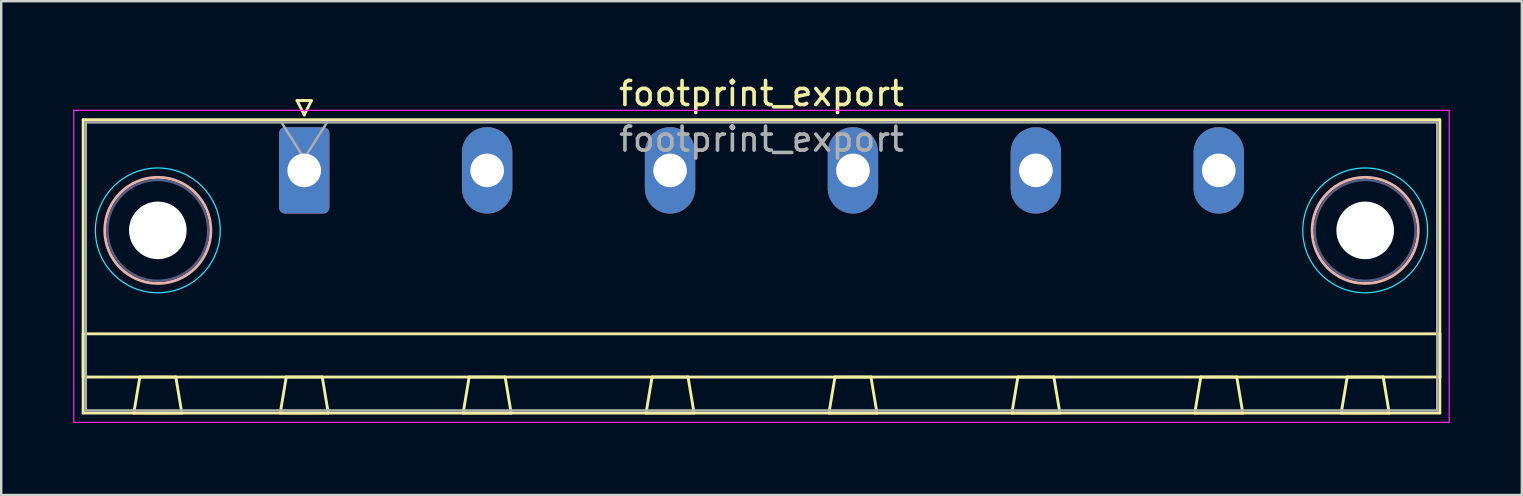
<source format=kicad_pcb>
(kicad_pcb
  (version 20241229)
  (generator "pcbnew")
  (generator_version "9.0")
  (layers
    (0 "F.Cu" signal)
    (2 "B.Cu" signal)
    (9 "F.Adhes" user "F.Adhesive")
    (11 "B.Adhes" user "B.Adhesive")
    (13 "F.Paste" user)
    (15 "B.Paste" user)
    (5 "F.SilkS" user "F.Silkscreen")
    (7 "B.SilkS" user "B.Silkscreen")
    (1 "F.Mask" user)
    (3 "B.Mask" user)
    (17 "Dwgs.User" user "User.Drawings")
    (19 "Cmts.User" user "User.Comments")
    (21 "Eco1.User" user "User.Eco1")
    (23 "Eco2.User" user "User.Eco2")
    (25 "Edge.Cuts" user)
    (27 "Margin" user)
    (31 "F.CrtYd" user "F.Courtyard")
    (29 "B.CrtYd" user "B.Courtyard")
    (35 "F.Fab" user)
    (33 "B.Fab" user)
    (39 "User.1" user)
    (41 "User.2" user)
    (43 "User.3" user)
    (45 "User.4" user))
  (footprint "footprint_export"
    (layer "F.Cu")
    (at 9.625 4.048)
    (property "Reference" "footprint_export" (at 19.05 -3.2 0) (layer "F.SilkS") (effects (font (size 1 1) (thickness 0.15))))
    (attr through_hole)
    (fp_line (start -9.21 -2.11) (end -9.21 10.11) (stroke (width 0.12) (type solid)) (layer "F.SilkS"))
    (fp_line (start -9.21 6.81) (end 47.31 6.81) (stroke (width 0.12) (type solid)) (layer "F.SilkS"))
    (fp_line (start -9.21 8.61) (end -9.21 6.81) (stroke (width 0.12) (type solid)) (layer "F.SilkS"))
    (fp_line (start -9.21 10.11) (end 47.31 10.11) (stroke (width 0.12) (type solid)) (layer "F.SilkS"))
    (fp_line (start -7.1 10.11) (end -5.1 10.11) (stroke (width 0.12) (type solid)) (layer "F.SilkS"))
    (fp_line (start -6.85 8.61) (end -7.1 10.11) (stroke (width 0.12) (type solid)) (layer "F.SilkS"))
    (fp_line (start -5.35 8.61) (end -6.85 8.61) (stroke (width 0.12) (type solid)) (layer "F.SilkS"))
    (fp_line (start -5.1 10.11) (end -5.35 8.61) (stroke (width 0.12) (type solid)) (layer "F.SilkS"))
    (fp_line (start -1 10.11) (end 1 10.11) (stroke (width 0.12) (type solid)) (layer "F.SilkS"))
    (fp_line (start -0.75 8.61) (end -1 10.11) (stroke (width 0.12) (type solid)) (layer "F.SilkS"))
    (fp_line (start -0.3 -2.91) (end 0.3 -2.91) (stroke (width 0.12) (type solid)) (layer "F.SilkS"))
    (fp_line (start 0 -2.31) (end -0.3 -2.91) (stroke (width 0.12) (type solid)) (layer "F.SilkS"))
    (fp_line (start 0.3 -2.91) (end 0 -2.31) (stroke (width 0.12) (type solid)) (layer "F.SilkS"))
    (fp_line (start 0.75 8.61) (end -0.75 8.61) (stroke (width 0.12) (type solid)) (layer "F.SilkS"))
    (fp_line (start 1 10.11) (end 0.75 8.61) (stroke (width 0.12) (type solid)) (layer "F.SilkS"))
    (fp_line (start 6.62 10.11) (end 8.62 10.11) (stroke (width 0.12) (type solid)) (layer "F.SilkS"))
    (fp_line (start 6.87 8.61) (end 6.62 10.11) (stroke (width 0.12) (type solid)) (layer "F.SilkS"))
    (fp_line (start 8.37 8.61) (end 6.87 8.61) (stroke (width 0.12) (type solid)) (layer "F.SilkS"))
    (fp_line (start 8.62 10.11) (end 8.37 8.61) (stroke (width 0.12) (type solid)) (layer "F.SilkS"))
    (fp_line (start 14.24 10.11) (end 16.24 10.11) (stroke (width 0.12) (type solid)) (layer "F.SilkS"))
    (fp_line (start 14.49 8.61) (end 14.24 10.11) (stroke (width 0.12) (type solid)) (layer "F.SilkS"))
    (fp_line (start 15.99 8.61) (end 14.49 8.61) (stroke (width 0.12) (type solid)) (layer "F.SilkS"))
    (fp_line (start 16.24 10.11) (end 15.99 8.61) (stroke (width 0.12) (type solid)) (layer "F.SilkS"))
    (fp_line (start 21.86 10.11) (end 23.86 10.11) (stroke (width 0.12) (type solid)) (layer "F.SilkS"))
    (fp_line (start 22.11 8.61) (end 21.86 10.11) (stroke (width 0.12) (type solid)) (layer "F.SilkS"))
    (fp_line (start 23.61 8.61) (end 22.11 8.61) (stroke (width 0.12) (type solid)) (layer "F.SilkS"))
    (fp_line (start 23.86 10.11) (end 23.61 8.61) (stroke (width 0.12) (type solid)) (layer "F.SilkS"))
    (fp_line (start 29.48 10.11) (end 31.48 10.11) (stroke (width 0.12) (type solid)) (layer "F.SilkS"))
    (fp_line (start 29.73 8.61) (end 29.48 10.11) (stroke (width 0.12) (type solid)) (layer "F.SilkS"))
    (fp_line (start 31.23 8.61) (end 29.73 8.61) (stroke (width 0.12) (type solid)) (layer "F.SilkS"))
    (fp_line (start 31.48 10.11) (end 31.23 8.61) (stroke (width 0.12) (type solid)) (layer "F.SilkS"))
    (fp_line (start 37.1 10.11) (end 39.1 10.11) (stroke (width 0.12) (type solid)) (layer "F.SilkS"))
    (fp_line (start 37.35 8.61) (end 37.1 10.11) (stroke (width 0.12) (type solid)) (layer "F.SilkS"))
    (fp_line (start 38.85 8.61) (end 37.35 8.61) (stroke (width 0.12) (type solid)) (layer "F.SilkS"))
    (fp_line (start 39.1 10.11) (end 38.85 8.61) (stroke (width 0.12) (type solid)) (layer "F.SilkS"))
    (fp_line (start 43.2 10.11) (end 45.2 10.11) (stroke (width 0.12) (type solid)) (layer "F.SilkS"))
    (fp_line (start 43.45 8.61) (end 43.2 10.11) (stroke (width 0.12) (type solid)) (layer "F.SilkS"))
    (fp_line (start 44.95 8.61) (end 43.45 8.61) (stroke (width 0.12) (type solid)) (layer "F.SilkS"))
    (fp_line (start 45.2 10.11) (end 44.95 8.61) (stroke (width 0.12) (type solid)) (layer "F.SilkS"))
    (fp_line (start 47.31 -2.11) (end -9.21 -2.11) (stroke (width 0.12) (type solid)) (layer "F.SilkS"))
    (fp_line (start 47.31 6.81) (end 47.31 8.61) (stroke (width 0.12) (type solid)) (layer "F.SilkS"))
    (fp_line (start 47.31 8.61) (end -9.21 8.61) (stroke (width 0.12) (type solid)) (layer "F.SilkS"))
    (fp_line (start 47.31 10.11) (end 47.31 -2.11) (stroke (width 0.12) (type solid)) (layer "F.SilkS"))
    (fp_circle (center -6.1 2.5) (end -3.89 2.5) (stroke (width 0.12) (type solid)) (fill no) (layer "B.SilkS"))
    (fp_circle (center 44.2 2.5) (end 46.41 2.5) (stroke (width 0.12) (type solid)) (fill no) (layer "B.SilkS"))
    (fp_circle (center -6.1 2.5) (end -3.5 2.5) (stroke (width 0.05) (type solid)) (fill no) (layer "B.CrtYd"))
    (fp_circle (center 44.2 2.5) (end 46.8 2.5) (stroke (width 0.05) (type solid)) (fill no) (layer "B.CrtYd"))
    (fp_line (start -9.6 -2.5) (end -9.6 10.5) (stroke (width 0.05) (type solid)) (layer "F.CrtYd"))
    (fp_line (start -9.6 10.5) (end 47.7 10.5) (stroke (width 0.05) (type solid)) (layer "F.CrtYd"))
    (fp_line (start 47.7 -2.5) (end -9.6 -2.5) (stroke (width 0.05) (type solid)) (layer "F.CrtYd"))
    (fp_line (start 47.7 10.5) (end 47.7 -2.5) (stroke (width 0.05) (type solid)) (layer "F.CrtYd"))
    (fp_circle (center -6.1 2.5) (end -4 2.5) (stroke (width 0.1) (type solid)) (fill no) (layer "B.Fab"))
    (fp_circle (center 44.2 2.5) (end 46.3 2.5) (stroke (width 0.1) (type solid)) (fill no) (layer "B.Fab"))
    (fp_line (start -9.1 -2) (end -9.1 10) (stroke (width 0.1) (type solid)) (layer "F.Fab"))
    (fp_line (start -9.1 10) (end 47.2 10) (stroke (width 0.1) (type solid)) (layer "F.Fab"))
    (fp_line (start 0 -0.5) (end -0.95 -2) (stroke (width 0.1) (type solid)) (layer "F.Fab"))
    (fp_line (start 0.95 -2) (end 0 -0.5) (stroke (width 0.1) (type solid)) (layer "F.Fab"))
    (fp_line (start 47.2 -2) (end -9.1 -2) (stroke (width 0.1) (type solid)) (layer "F.Fab"))
    (fp_line (start 47.2 10) (end 47.2 -2) (stroke (width 0.1) (type solid)) (layer "F.Fab"))
    (fp_text user "${REFERENCE}" (at 19.05 -1.3 0) (layer "F.Fab") (effects (font (size 1 1) (thickness 0.15))))
    (pad "" np_thru_hole circle (at -6.1 2.5) (size 2.4 2.4) (drill 2.4) (layers "*.Cu" "*.Mask"))
    (pad "" np_thru_hole circle (at 44.2 2.5) (size 2.4 2.4) (drill 2.4) (layers "*.Cu" "*.Mask"))
    (pad "1" thru_hole roundrect (at 0 0) (size 2.1 3.6) (drill 1.4) (layers "*.Cu" "*.Mask") (roundrect_rratio 0.119))
    (pad "2" thru_hole oval (at 7.62 0) (size 2.1 3.6) (drill 1.4) (layers "*.Cu" "*.Mask"))
    (pad "3" thru_hole oval (at 15.24 0) (size 2.1 3.6) (drill 1.4) (layers "*.Cu" "*.Mask"))
    (pad "4" thru_hole oval (at 22.86 0) (size 2.1 3.6) (drill 1.4) (layers "*.Cu" "*.Mask"))
    (pad "5" thru_hole oval (at 30.48 0) (size 2.1 3.6) (drill 1.4) (layers "*.Cu" "*.Mask"))
    (pad "6" thru_hole oval (at 38.1 0) (size 2.1 3.6) (drill 1.4) (layers "*.Cu" "*.Mask")))
  (gr_rect
    (start -3 -3)
    (end 60.35 17.573)
    (stroke (width 0.1) (type default))
    (fill no)
    (layer "Edge.Cuts")))
</source>
